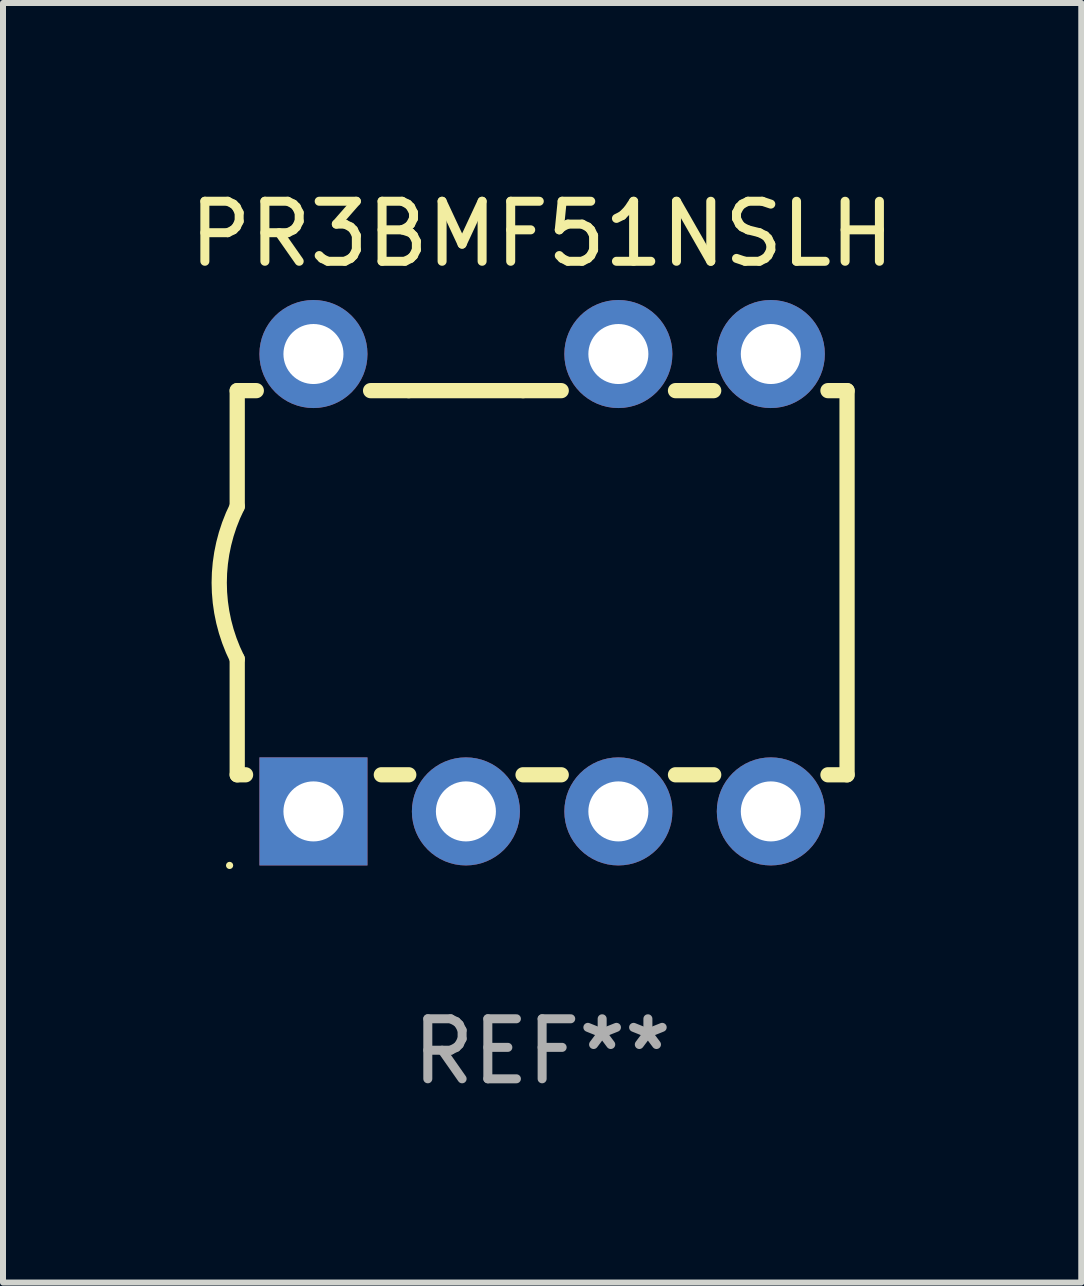
<source format=kicad_pcb>
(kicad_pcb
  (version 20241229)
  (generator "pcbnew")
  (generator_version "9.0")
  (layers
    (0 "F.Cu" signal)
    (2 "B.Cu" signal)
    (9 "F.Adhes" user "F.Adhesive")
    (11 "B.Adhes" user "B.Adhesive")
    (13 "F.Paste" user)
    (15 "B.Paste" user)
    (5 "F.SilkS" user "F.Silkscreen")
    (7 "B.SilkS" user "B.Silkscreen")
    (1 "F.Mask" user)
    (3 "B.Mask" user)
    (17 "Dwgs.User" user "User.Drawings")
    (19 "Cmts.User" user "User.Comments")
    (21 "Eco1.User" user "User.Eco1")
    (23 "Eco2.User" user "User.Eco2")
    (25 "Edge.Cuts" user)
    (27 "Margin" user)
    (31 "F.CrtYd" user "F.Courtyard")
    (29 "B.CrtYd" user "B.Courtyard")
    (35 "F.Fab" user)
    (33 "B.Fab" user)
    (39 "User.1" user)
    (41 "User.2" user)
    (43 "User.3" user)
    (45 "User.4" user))
  (footprint "PR3BMF51NSLH"
    (layer "F.Cu")
    (at 5.982 6.658)
    (property "Reference" "PR3BMF51NSLH" (at 0 -5.81 0) (layer "F.SilkS") (effects (font (size 1 1) (thickness 0.15))))
    (attr through_hole)
    (fp_line (start -5.08 -3.2) (end -4.762 -3.2) (stroke (width 0.254) (type solid)) (layer "F.SilkS"))
    (fp_line (start -5.08 -1.27) (end -5.08 -3.2) (stroke (width 0.254) (type solid)) (layer "F.SilkS"))
    (fp_line (start -5.08 3.2) (end -5.08 1.27) (stroke (width 0.254) (type solid)) (layer "F.SilkS"))
    (fp_line (start -5.08 3.2) (end -4.941 3.2) (stroke (width 0.254) (type solid)) (layer "F.SilkS"))
    (fp_line (start -2.858 -3.2) (end -2.222 -3.2) (stroke (width 0.254) (type solid)) (layer "F.SilkS"))
    (fp_line (start -2.679 3.2) (end -2.222 3.2) (stroke (width 0.254) (type solid)) (layer "F.SilkS"))
    (fp_line (start -2.222 -3.2) (end -0.318 -3.2) (stroke (width 0.254) (type solid)) (layer "F.SilkS"))
    (fp_line (start -0.318 -3.2) (end 0.318 -3.2) (stroke (width 0.254) (type solid)) (layer "F.SilkS"))
    (fp_line (start -0.318 3.2) (end 0.318 3.2) (stroke (width 0.254) (type solid)) (layer "F.SilkS"))
    (fp_line (start 2.222 -3.2) (end 2.858 -3.2) (stroke (width 0.254) (type solid)) (layer "F.SilkS"))
    (fp_line (start 2.222 3.2) (end 2.858 3.2) (stroke (width 0.254) (type solid)) (layer "F.SilkS"))
    (fp_line (start 4.762 -3.2) (end 5.08 -3.2) (stroke (width 0.254) (type solid)) (layer "F.SilkS"))
    (fp_line (start 4.762 3.2) (end 5.08 3.2) (stroke (width 0.254) (type solid)) (layer "F.SilkS"))
    (fp_line (start 5.08 3.2) (end 5.08 -3.2) (stroke (width 0.254) (type solid)) (layer "F.SilkS"))
    (fp_arc (start -5.080011 1.270002) (mid -5.379818 -0.000001) (end -5.08001 -1.270003) (stroke (width 0.254001) (type solid)) (layer "F.SilkS"))
    (fp_circle (center -5.207 4.71) (end -5.177 4.71) (stroke (width 0.06) (type solid)) (fill no) (layer "F.SilkS"))
    (fp_text user "REF**" (at 0 7.81 0) (layer "F.Fab") (effects (font (size 1 1) (thickness 0.15))))
    (pad "1" thru_hole rect (at -3.81 3.81) (size 1.8 1.8) (drill 1) (layers "*.Cu" "*.Mask"))
    (pad "2" thru_hole circle (at -1.27 3.81) (size 1.8 1.8) (drill 1) (layers "*.Cu" "*.Mask"))
    (pad "3" thru_hole circle (at 1.27 3.81) (size 1.8 1.8) (drill 1) (layers "*.Cu" "*.Mask"))
    (pad "4" thru_hole circle (at 3.81 3.81) (size 1.8 1.8) (drill 1) (layers "*.Cu" "*.Mask"))
    (pad "5" thru_hole circle (at 3.81 -3.81) (size 1.8 1.8) (drill 1) (layers "*.Cu" "*.Mask"))
    (pad "6" thru_hole circle (at 1.27 -3.81) (size 1.8 1.8) (drill 1) (layers "*.Cu" "*.Mask"))
    (pad "7" thru_hole circle (at -3.81 -3.81) (size 1.8 1.8) (drill 1) (layers "*.Cu" "*.Mask")))
  (gr_rect
    (start -3 -3)
    (end 14.964 18.317)
    (stroke (width 0.1) (type default))
    (fill no)
    (layer "Edge.Cuts")))
</source>
